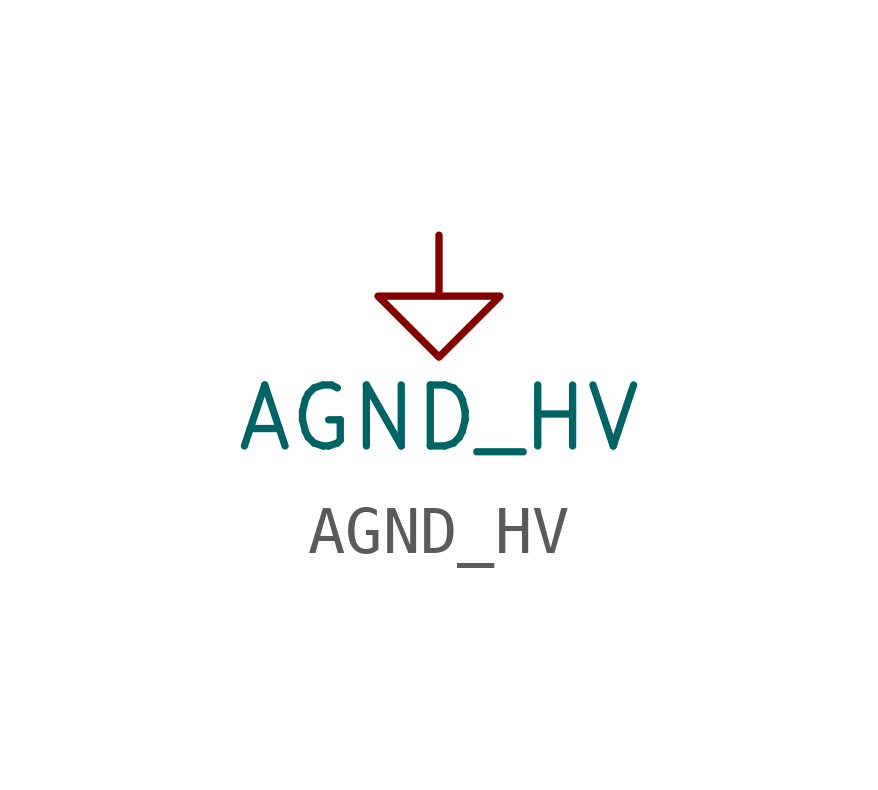
<source format=kicad_sym>
(kicad_symbol_lib
  (version 20211014)
  (generator kicad_symbol_editor)
  (symbol "AGND_HV"
    (power)
    (pin_numbers hide)
    (pin_names
      (offset 0))
    (property "Reference" "#PWR"
      (at 2.54 -2.54 90)
      (effects (font (size 1.27 1.27)) hide))
    (property "Value" "AGND_HV"
      (at 0 -3.81 0)
      (effects (font (size 1.27 1.27))))
    (symbol "AGND_HV_1_1"
      (polyline (pts (xy 0 0) (xy 0 -1.27) (xy 1.27 -1.27) (xy 0 -2.54) (xy -1.27 -1.27) (xy 0 -1.27)) (stroke (width 0) (type default) (color 0 0 0 0)) (fill (type none)))
      (pin power_in line (at 0 0 90) (length 0) hide (name "AGND_HV" (effects (font (size 1.27 1.27)))) (number "1" (effects (font (size 1.27 1.27))))))))
</source>
